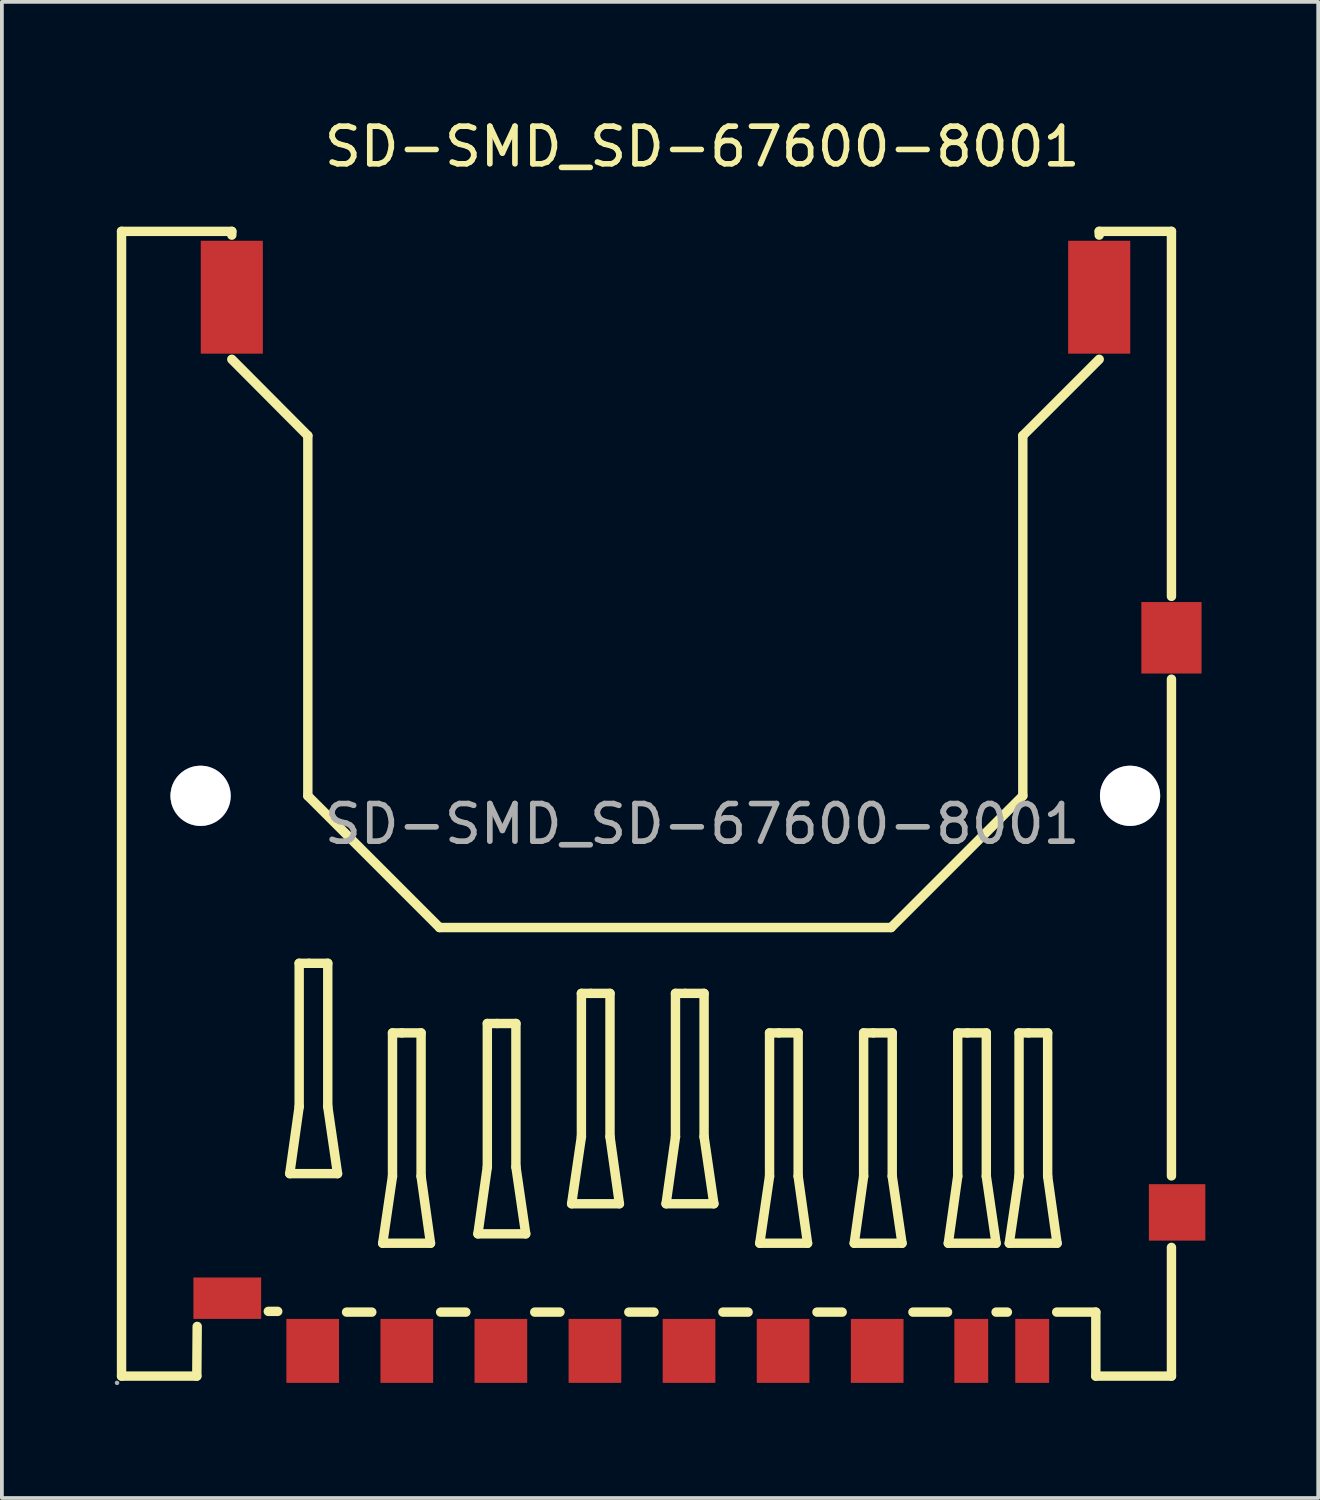
<source format=kicad_pcb>
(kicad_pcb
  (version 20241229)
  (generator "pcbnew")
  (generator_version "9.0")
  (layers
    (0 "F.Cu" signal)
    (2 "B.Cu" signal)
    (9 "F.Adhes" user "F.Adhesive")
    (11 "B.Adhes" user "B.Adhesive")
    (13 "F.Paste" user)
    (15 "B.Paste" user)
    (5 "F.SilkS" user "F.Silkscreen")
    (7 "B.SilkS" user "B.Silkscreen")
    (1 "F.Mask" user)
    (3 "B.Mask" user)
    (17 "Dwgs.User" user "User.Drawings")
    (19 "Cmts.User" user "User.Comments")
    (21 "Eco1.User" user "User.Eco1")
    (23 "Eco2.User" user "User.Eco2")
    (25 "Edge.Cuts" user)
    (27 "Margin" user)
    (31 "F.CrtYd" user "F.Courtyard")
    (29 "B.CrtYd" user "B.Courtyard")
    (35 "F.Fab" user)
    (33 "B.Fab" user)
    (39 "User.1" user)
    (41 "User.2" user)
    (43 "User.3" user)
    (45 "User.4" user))
  (footprint "SD-SMD_SD-67600-8001"
    (layer "F.Cu")
    (at 15.61 18.848)
    (property "Reference" "SD-SMD_SD-67600-8001" (at 0 -18 0) (layer "F.SilkS") (effects (font (size 1 1) (thickness 0.15))))
    (attr through_hole)
    (fp_line (start -15.43 -15.75) (end -15.43 14.67) (stroke (width 0.25) (type solid)) (layer "F.SilkS"))
    (fp_line (start -15.43 -15.75) (end -12.5 -15.75) (stroke (width 0.25) (type solid)) (layer "F.SilkS"))
    (fp_line (start -13.43 14.67) (end -15.43 14.67) (stroke (width 0.25) (type solid)) (layer "F.SilkS"))
    (fp_line (start -13.43 14.67) (end -13.42 13.35) (stroke (width 0.25) (type solid)) (layer "F.SilkS"))
    (fp_line (start -12.5 -15.75) (end -12.5 -15.65) (stroke (width 0.25) (type solid)) (layer "F.SilkS"))
    (fp_line (start -11.28 12.95) (end -11.53 12.95) (stroke (width 0.25) (type solid)) (layer "F.SilkS"))
    (fp_line (start -10.96 9.29) (end -10.71 7.51) (stroke (width 0.25) (type solid)) (layer "F.SilkS"))
    (fp_line (start -10.71 3.7) (end -10.45 3.7) (stroke (width 0.25) (type solid)) (layer "F.SilkS"))
    (fp_line (start -10.71 7.51) (end -10.71 3.7) (stroke (width 0.25) (type solid)) (layer "F.SilkS"))
    (fp_line (start -10.48 -10.32) (end -12.5 -12.35) (stroke (width 0.25) (type solid)) (layer "F.SilkS"))
    (fp_line (start -10.48 -10.32) (end -10.48 -0.75) (stroke (width 0.25) (type solid)) (layer "F.SilkS"))
    (fp_line (start -10.45 3.7) (end -9.95 3.7) (stroke (width 0.25) (type solid)) (layer "F.SilkS"))
    (fp_line (start -9.95 3.7) (end -9.95 7.51) (stroke (width 0.25) (type solid)) (layer "F.SilkS"))
    (fp_line (start -9.95 7.51) (end -9.69 9.29) (stroke (width 0.25) (type solid)) (layer "F.SilkS"))
    (fp_line (start -9.69 9.29) (end -10.96 9.29) (stroke (width 0.25) (type solid)) (layer "F.SilkS"))
    (fp_line (start -8.78 12.97) (end -9.45 12.97) (stroke (width 0.25) (type solid)) (layer "F.SilkS"))
    (fp_line (start -8.49 11.14) (end -8.23 9.36) (stroke (width 0.25) (type solid)) (layer "F.SilkS"))
    (fp_line (start -8.23 5.55) (end -7.98 5.55) (stroke (width 0.25) (type solid)) (layer "F.SilkS"))
    (fp_line (start -8.23 9.36) (end -8.23 5.55) (stroke (width 0.25) (type solid)) (layer "F.SilkS"))
    (fp_line (start -7.98 5.55) (end -7.47 5.55) (stroke (width 0.25) (type solid)) (layer "F.SilkS"))
    (fp_line (start -7.47 5.55) (end -7.47 9.36) (stroke (width 0.25) (type solid)) (layer "F.SilkS"))
    (fp_line (start -7.47 9.36) (end -7.22 11.14) (stroke (width 0.25) (type solid)) (layer "F.SilkS"))
    (fp_line (start -7.22 11.14) (end -8.49 11.14) (stroke (width 0.25) (type solid)) (layer "F.SilkS"))
    (fp_line (start -6.98 2.75) (end -10.48 -0.75) (stroke (width 0.25) (type solid)) (layer "F.SilkS"))
    (fp_line (start -6.98 2.75) (end 5.02 2.75) (stroke (width 0.25) (type solid)) (layer "F.SilkS"))
    (fp_line (start -6.28 12.97) (end -6.95 12.97) (stroke (width 0.25) (type solid)) (layer "F.SilkS"))
    (fp_line (start -5.96 10.89) (end -5.71 9.11) (stroke (width 0.25) (type solid)) (layer "F.SilkS"))
    (fp_line (start -5.71 5.3) (end -5.45 5.3) (stroke (width 0.25) (type solid)) (layer "F.SilkS"))
    (fp_line (start -5.71 9.11) (end -5.71 5.3) (stroke (width 0.25) (type solid)) (layer "F.SilkS"))
    (fp_line (start -5.45 5.3) (end -4.95 5.3) (stroke (width 0.25) (type solid)) (layer "F.SilkS"))
    (fp_line (start -4.95 5.3) (end -4.95 9.11) (stroke (width 0.25) (type solid)) (layer "F.SilkS"))
    (fp_line (start -4.95 9.11) (end -4.69 10.89) (stroke (width 0.25) (type solid)) (layer "F.SilkS"))
    (fp_line (start -4.69 10.89) (end -5.96 10.89) (stroke (width 0.25) (type solid)) (layer "F.SilkS"))
    (fp_line (start -3.78 12.97) (end -4.45 12.97) (stroke (width 0.25) (type solid)) (layer "F.SilkS"))
    (fp_line (start -3.47 10.09) (end -3.21 8.31) (stroke (width 0.25) (type solid)) (layer "F.SilkS"))
    (fp_line (start -3.21 4.5) (end -2.96 4.5) (stroke (width 0.25) (type solid)) (layer "F.SilkS"))
    (fp_line (start -3.21 8.31) (end -3.21 4.5) (stroke (width 0.25) (type solid)) (layer "F.SilkS"))
    (fp_line (start -2.96 4.5) (end -2.45 4.5) (stroke (width 0.25) (type solid)) (layer "F.SilkS"))
    (fp_line (start -2.45 4.5) (end -2.45 8.31) (stroke (width 0.25) (type solid)) (layer "F.SilkS"))
    (fp_line (start -2.45 8.31) (end -2.2 10.09) (stroke (width 0.25) (type solid)) (layer "F.SilkS"))
    (fp_line (start -2.2 10.09) (end -3.47 10.09) (stroke (width 0.25) (type solid)) (layer "F.SilkS"))
    (fp_line (start -1.28 12.97) (end -1.95 12.97) (stroke (width 0.25) (type solid)) (layer "F.SilkS"))
    (fp_line (start -0.96 10.09) (end -0.71 8.31) (stroke (width 0.25) (type solid)) (layer "F.SilkS"))
    (fp_line (start -0.71 4.5) (end -0.45 4.5) (stroke (width 0.25) (type solid)) (layer "F.SilkS"))
    (fp_line (start -0.71 8.31) (end -0.71 4.5) (stroke (width 0.25) (type solid)) (layer "F.SilkS"))
    (fp_line (start -0.45 4.5) (end 0.05 4.5) (stroke (width 0.25) (type solid)) (layer "F.SilkS"))
    (fp_line (start 0.05 4.5) (end 0.05 8.31) (stroke (width 0.25) (type solid)) (layer "F.SilkS"))
    (fp_line (start 0.05 8.31) (end 0.31 10.09) (stroke (width 0.25) (type solid)) (layer "F.SilkS"))
    (fp_line (start 0.31 10.09) (end -0.96 10.09) (stroke (width 0.25) (type solid)) (layer "F.SilkS"))
    (fp_line (start 1.22 12.97) (end 0.55 12.97) (stroke (width 0.25) (type solid)) (layer "F.SilkS"))
    (fp_line (start 1.53 11.14) (end 1.79 9.36) (stroke (width 0.25) (type solid)) (layer "F.SilkS"))
    (fp_line (start 1.79 5.55) (end 2.04 5.55) (stroke (width 0.25) (type solid)) (layer "F.SilkS"))
    (fp_line (start 1.79 9.36) (end 1.79 5.55) (stroke (width 0.25) (type solid)) (layer "F.SilkS"))
    (fp_line (start 2.04 5.55) (end 2.55 5.55) (stroke (width 0.25) (type solid)) (layer "F.SilkS"))
    (fp_line (start 2.55 5.55) (end 2.55 9.36) (stroke (width 0.25) (type solid)) (layer "F.SilkS"))
    (fp_line (start 2.55 9.36) (end 2.8 11.14) (stroke (width 0.25) (type solid)) (layer "F.SilkS"))
    (fp_line (start 2.8 11.14) (end 1.53 11.14) (stroke (width 0.25) (type solid)) (layer "F.SilkS"))
    (fp_line (start 3.72 12.97) (end 3.05 12.97) (stroke (width 0.25) (type solid)) (layer "F.SilkS"))
    (fp_line (start 4.04 11.14) (end 4.29 9.36) (stroke (width 0.25) (type solid)) (layer "F.SilkS"))
    (fp_line (start 4.29 5.55) (end 4.55 5.55) (stroke (width 0.25) (type solid)) (layer "F.SilkS"))
    (fp_line (start 4.29 9.36) (end 4.29 5.55) (stroke (width 0.25) (type solid)) (layer "F.SilkS"))
    (fp_line (start 4.55 5.55) (end 5.05 5.55) (stroke (width 0.25) (type solid)) (layer "F.SilkS"))
    (fp_line (start 5.05 5.55) (end 5.05 9.36) (stroke (width 0.25) (type solid)) (layer "F.SilkS"))
    (fp_line (start 5.05 9.36) (end 5.31 11.14) (stroke (width 0.25) (type solid)) (layer "F.SilkS"))
    (fp_line (start 5.31 11.14) (end 4.04 11.14) (stroke (width 0.25) (type solid)) (layer "F.SilkS"))
    (fp_line (start 6.52 12.97) (end 5.6 12.97) (stroke (width 0.25) (type solid)) (layer "F.SilkS"))
    (fp_line (start 6.54 11.14) (end 6.79 9.36) (stroke (width 0.25) (type solid)) (layer "F.SilkS"))
    (fp_line (start 6.79 5.55) (end 7.05 5.55) (stroke (width 0.25) (type solid)) (layer "F.SilkS"))
    (fp_line (start 6.79 9.36) (end 6.79 5.55) (stroke (width 0.25) (type solid)) (layer "F.SilkS"))
    (fp_line (start 7.05 5.55) (end 7.55 5.55) (stroke (width 0.25) (type solid)) (layer "F.SilkS"))
    (fp_line (start 7.55 5.55) (end 7.55 9.36) (stroke (width 0.25) (type solid)) (layer "F.SilkS"))
    (fp_line (start 7.55 9.36) (end 7.81 11.14) (stroke (width 0.25) (type solid)) (layer "F.SilkS"))
    (fp_line (start 7.81 11.14) (end 6.54 11.14) (stroke (width 0.25) (type solid)) (layer "F.SilkS"))
    (fp_line (start 8.11 12.97) (end 7.81 12.97) (stroke (width 0.25) (type solid)) (layer "F.SilkS"))
    (fp_line (start 8.16 11.14) (end 8.42 9.36) (stroke (width 0.25) (type solid)) (layer "F.SilkS"))
    (fp_line (start 8.42 5.55) (end 8.67 5.55) (stroke (width 0.25) (type solid)) (layer "F.SilkS"))
    (fp_line (start 8.42 9.36) (end 8.42 5.55) (stroke (width 0.25) (type solid)) (layer "F.SilkS"))
    (fp_line (start 8.52 -10.32) (end 8.52 -0.75) (stroke (width 0.25) (type solid)) (layer "F.SilkS"))
    (fp_line (start 8.52 -10.32) (end 10.55 -12.35) (stroke (width 0.25) (type solid)) (layer "F.SilkS"))
    (fp_line (start 8.52 -0.75) (end 5.02 2.75) (stroke (width 0.25) (type solid)) (layer "F.SilkS"))
    (fp_line (start 8.67 5.55) (end 9.18 5.55) (stroke (width 0.25) (type solid)) (layer "F.SilkS"))
    (fp_line (start 9.18 5.55) (end 9.18 9.36) (stroke (width 0.25) (type solid)) (layer "F.SilkS"))
    (fp_line (start 9.18 9.36) (end 9.43 11.14) (stroke (width 0.25) (type solid)) (layer "F.SilkS"))
    (fp_line (start 9.43 11.14) (end 8.16 11.14) (stroke (width 0.25) (type solid)) (layer "F.SilkS"))
    (fp_line (start 10.46 12.97) (end 9.42 12.97) (stroke (width 0.25) (type solid)) (layer "F.SilkS"))
    (fp_line (start 10.46 12.97) (end 10.46 14.67) (stroke (width 0.25) (type solid)) (layer "F.SilkS"))
    (fp_line (start 10.55 -15.75) (end 10.55 -15.65) (stroke (width 0.25) (type solid)) (layer "F.SilkS"))
    (fp_line (start 10.55 -15.75) (end 12.47 -15.75) (stroke (width 0.25) (type solid)) (layer "F.SilkS"))
    (fp_line (start 12.47 -15.75) (end 12.47 -6.05) (stroke (width 0.25) (type solid)) (layer "F.SilkS"))
    (fp_line (start 12.47 -3.85) (end 12.47 9.35) (stroke (width 0.25) (type solid)) (layer "F.SilkS"))
    (fp_line (start 12.47 11.25) (end 12.47 14.67) (stroke (width 0.25) (type solid)) (layer "F.SilkS"))
    (fp_line (start 12.47 14.67) (end 10.46 14.67) (stroke (width 0.25) (type solid)) (layer "F.SilkS"))
    (fp_circle (center -15.55 14.85) (end -15.52 14.85) (stroke (width 0.06) (type solid)) (fill no) (layer "F.Fab"))
    (fp_circle (center -13.33 -0.75) (end -12.98 -0.75) (stroke (width 0.7) (type solid)) (fill no) (layer "F.Fab"))
    (fp_circle (center 11.37 -0.75) (end 11.72 -0.75) (stroke (width 0.7) (type solid)) (fill no) (layer "F.Fab"))
    (fp_text user "${REFERENCE}" (at 0 0 0) (layer "F.Fab") (effects (font (size 1 1) (thickness 0.15))))
    (pad "" thru_hole circle (at -13.33 -0.75) (size 1.6 1.6) (drill 1.6) (layers "*.Cu" "*.Mask"))
    (pad "" thru_hole circle (at 11.37 -0.75) (size 1.6 1.6) (drill 1.6) (layers "*.Cu" "*.Mask"))
    (pad "1" smd rect (at -7.85 14 90) (size 1.7 1.4) (layers "F.Cu" "F.Mask" "F.Paste"))
    (pad "2" smd rect (at -5.35 14 90) (size 1.7 1.4) (layers "F.Cu" "F.Mask" "F.Paste"))
    (pad "3" smd rect (at -2.85 14 90) (size 1.7 1.4) (layers "F.Cu" "F.Mask" "F.Paste"))
    (pad "4" smd rect (at -0.35 14 90) (size 1.7 1.4) (layers "F.Cu" "F.Mask" "F.Paste"))
    (pad "5" smd rect (at 2.15 14 90) (size 1.7 1.4) (layers "F.Cu" "F.Mask" "F.Paste"))
    (pad "6" smd rect (at 4.65 14 90) (size 1.7 1.4) (layers "F.Cu" "F.Mask" "F.Paste"))
    (pad "7" smd rect (at 7.15 14 90) (size 1.7 0.9) (layers "F.Cu" "F.Mask" "F.Paste"))
    (pad "8" smd rect (at 8.77 14 90) (size 1.7 0.9) (layers "F.Cu" "F.Mask" "F.Paste"))
    (pad "9" smd rect (at -10.35 14 90) (size 1.7 1.4) (layers "F.Cu" "F.Mask" "F.Paste"))
    (pad "10" smd rect (at 12.62 10.32) (size 1.5 1.5) (layers "F.Cu" "F.Mask" "F.Paste"))
    (pad "11" smd rect (at 12.47 -4.95) (size 1.6 1.9) (layers "F.Cu" "F.Mask" "F.Paste"))
    (pad "12" smd rect (at -12.5 -14 270) (size 3 1.65) (layers "F.Cu" "F.Mask" "F.Paste"))
    (pad "13" smd rect (at 10.55 -14 270) (size 3 1.65) (layers "F.Cu" "F.Mask" "F.Paste"))
    (pad "15" smd rect (at -12.62 12.6) (size 1.8 1.1) (layers "F.Cu" "F.Mask" "F.Paste")))
  (gr_rect
    (start -3 -3)
    (end 31.98 36.758)
    (stroke (width 0.1) (type default))
    (fill no)
    (layer "Edge.Cuts")))
</source>
